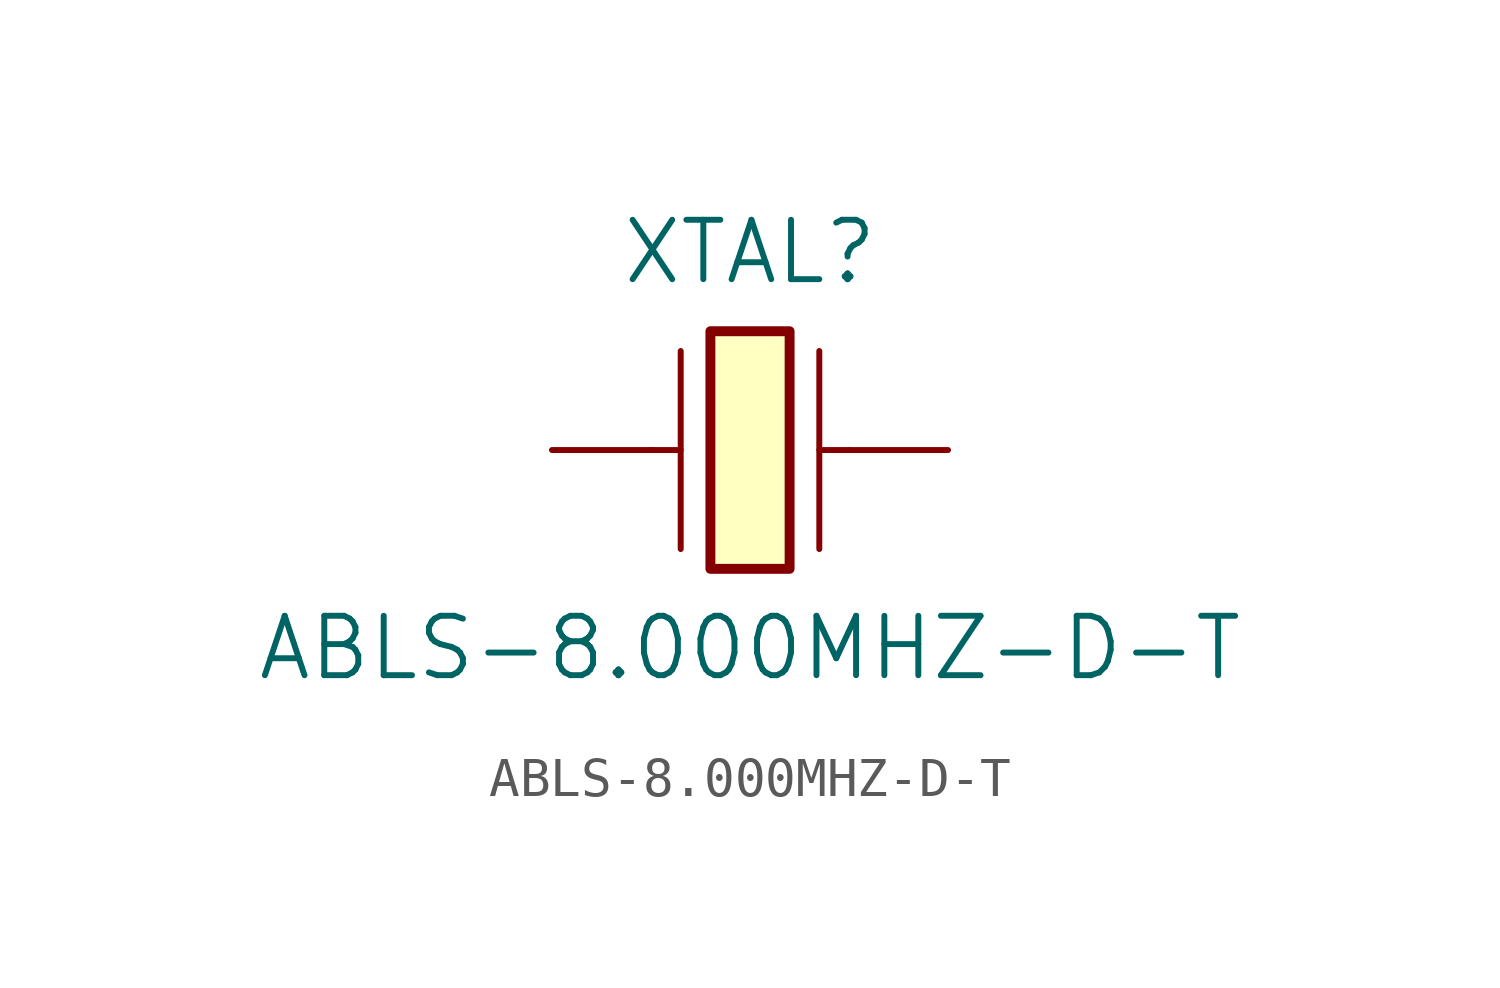
<source format=kicad_sym>
(kicad_symbol_lib
  (version 20211014)
  (generator kicad_symbol_editor)
  (symbol "ABLS-8.000MHZ-D-T"
    (pin_numbers hide)
    (pin_names
      (offset 0) hide)
    (property "Reference" "XTAL"
      (at 0 5.08 0)
      (effects (font (size 1.524 1.524))))
    (property "Value" "ABLS-8.000MHZ-D-T"
      (at 0 -5.08 0)
      (effects (font (size 1.524 1.524))))
    (symbol "ABLS-8.000MHZ-D-T_1_1"
      (rectangle (start -1.016 3.048) (end 1.016 -3.048) (stroke (width 0.254) (type default) (color 0 0 0 0)) (fill (type background)))
      (polyline (pts (xy -2.54 0) (xy -1.778 0)) (stroke (width 0) (type default) (color 0 0 0 0)) (fill (type none)))
      (polyline (pts (xy 2.54 0) (xy 1.778 0)) (stroke (width 0) (type default) (color 0 0 0 0)) (fill (type none)))
      (polyline (pts (xy -1.778 2.54) (xy -1.778 0) (xy -1.778 -2.54)) (stroke (width 0) (type default) (color 0 0 0 0)) (fill (type none)))
      (polyline (pts (xy 1.778 2.54) (xy 1.778 0) (xy 1.778 -2.54)) (stroke (width 0) (type default) (color 0 0 0 0)) (fill (type none)))
      (pin input line (at -5.08 0 0) (length 2.54) (name "1" (effects (font (size 1.27 1.27)))) (number "1" (effects (font (size 1.27 1.27)))))
      (pin input line (at 5.08 0 180) (length 2.54) (name "2" (effects (font (size 1.27 1.27)))) (number "2" (effects (font (size 1.27 1.27))))))))
</source>
